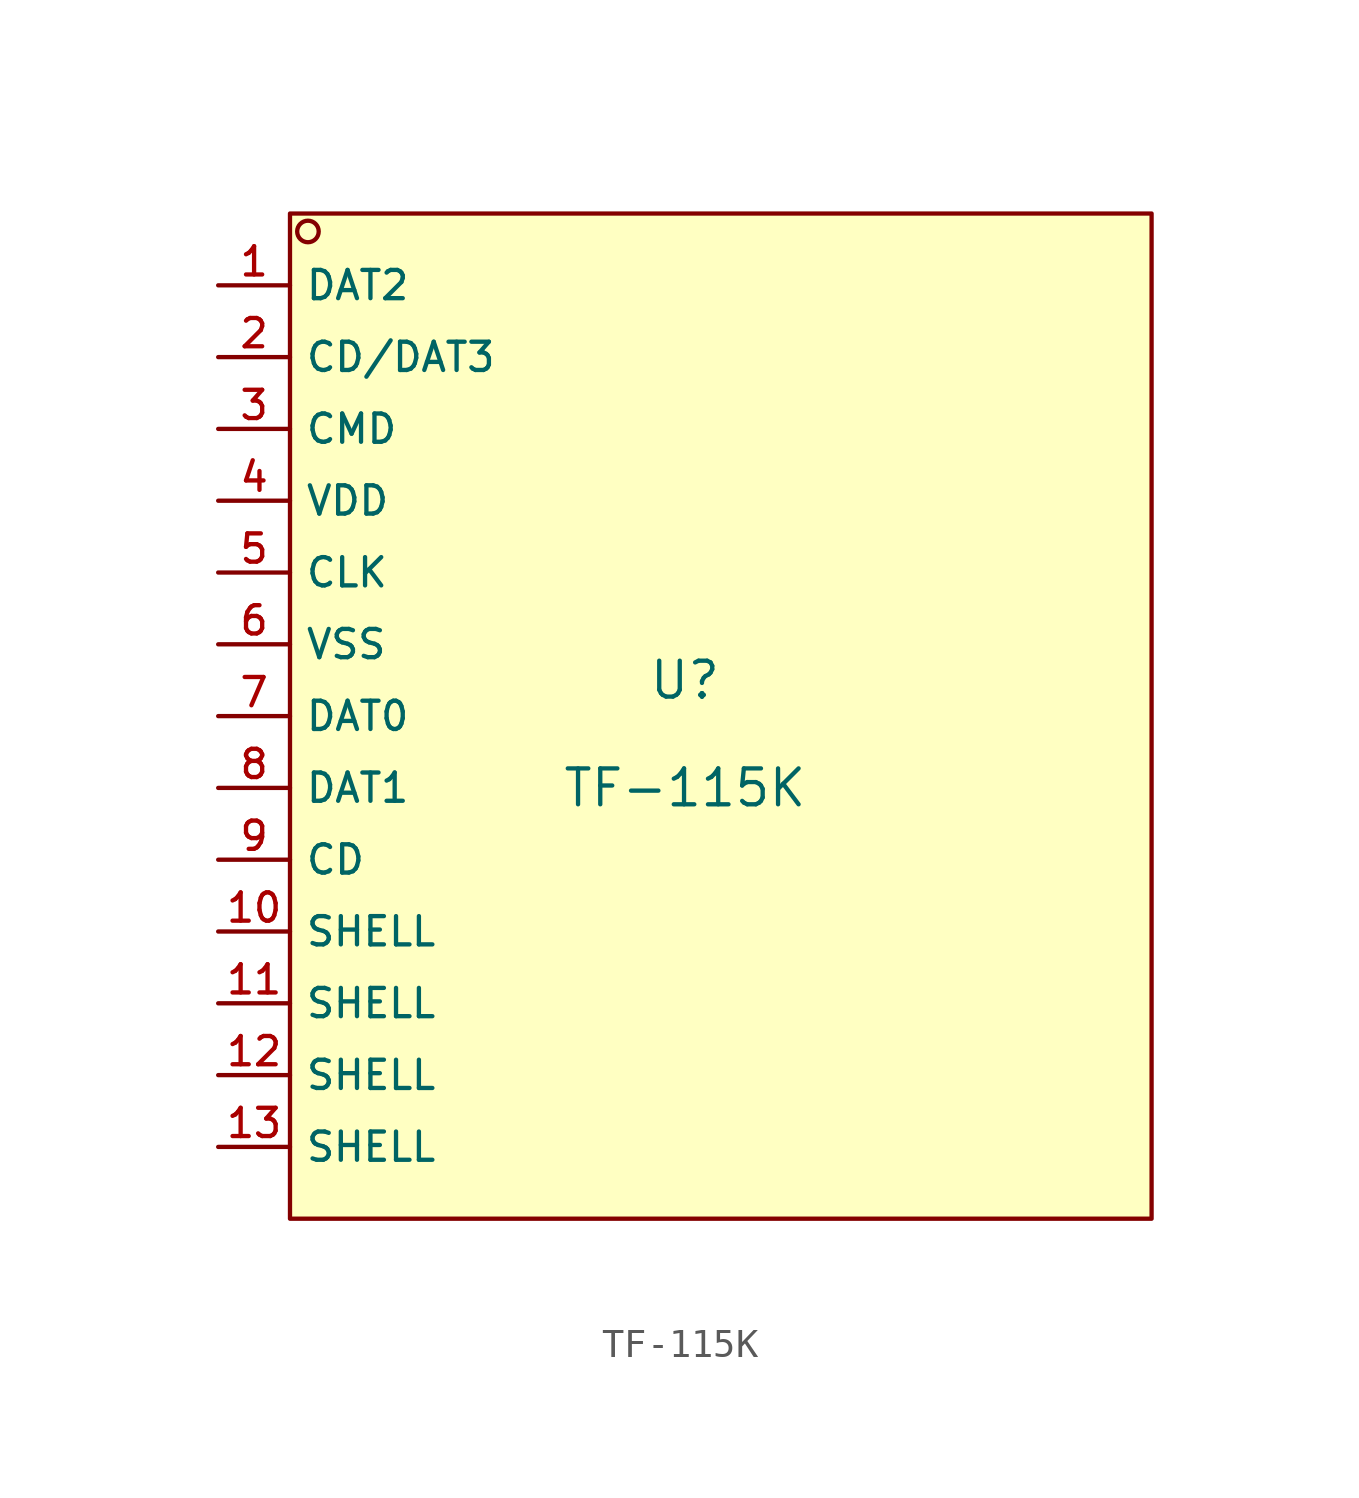
<source format=kicad_sym>
(kicad_symbol_lib
  (version 20220914)
  (generator kicad_symbol_editor)
  (symbol "TF-115K"
    (property "Reference" "U"
      (at 0 1.27 0)
      (effects (font (size 1.27 1.27))))
    (property "Value" "TF-115K"
      (at 0 -2.54 0)
      (effects (font (size 1.27 1.27))))
    (symbol "TF-115K_0_1"
      (rectangle (start -13.97 17.78) (end 16.51 -17.78) (stroke (width 0) (type default)) (fill (type background)))
      (circle (center -13.335 17.145) (radius 0.381) (stroke (width 0) (type default)) (fill (type background)))
      (pin unspecified line (at -16.51 15.24 0) (length 2.54) (name "DAT2" (effects (font (size 1 1)))) (number "1" (effects (font (size 1 1)))))
      (pin unspecified line (at -16.51 -7.62 0) (length 2.54) (name "SHELL" (effects (font (size 1 1)))) (number "10" (effects (font (size 1 1)))))
      (pin unspecified line (at -16.51 -10.16 0) (length 2.54) (name "SHELL" (effects (font (size 1 1)))) (number "11" (effects (font (size 1 1)))))
      (pin unspecified line (at -16.51 -12.7 0) (length 2.54) (name "SHELL" (effects (font (size 1 1)))) (number "12" (effects (font (size 1 1)))))
      (pin unspecified line (at -16.51 -15.24 0) (length 2.54) (name "SHELL" (effects (font (size 1 1)))) (number "13" (effects (font (size 1 1)))))
      (pin unspecified line (at -16.51 12.7 0) (length 2.54) (name "CD/DAT3" (effects (font (size 1 1)))) (number "2" (effects (font (size 1 1)))))
      (pin unspecified line (at -16.51 10.16 0) (length 2.54) (name "CMD" (effects (font (size 1 1)))) (number "3" (effects (font (size 1 1)))))
      (pin unspecified line (at -16.51 7.62 0) (length 2.54) (name "VDD" (effects (font (size 1 1)))) (number "4" (effects (font (size 1 1)))))
      (pin unspecified line (at -16.51 5.08 0) (length 2.54) (name "CLK" (effects (font (size 1 1)))) (number "5" (effects (font (size 1 1)))))
      (pin unspecified line (at -16.51 2.54 0) (length 2.54) (name "VSS" (effects (font (size 1 1)))) (number "6" (effects (font (size 1 1)))))
      (pin unspecified line (at -16.51 0 0) (length 2.54) (name "DAT0" (effects (font (size 1 1)))) (number "7" (effects (font (size 1 1)))))
      (pin unspecified line (at -16.51 -2.54 0) (length 2.54) (name "DAT1" (effects (font (size 1 1)))) (number "8" (effects (font (size 1 1)))))
      (pin unspecified line (at -16.51 -5.08 0) (length 2.54) (name "CD" (effects (font (size 1 1)))) (number "9" (effects (font (size 1 1))))))))
</source>
